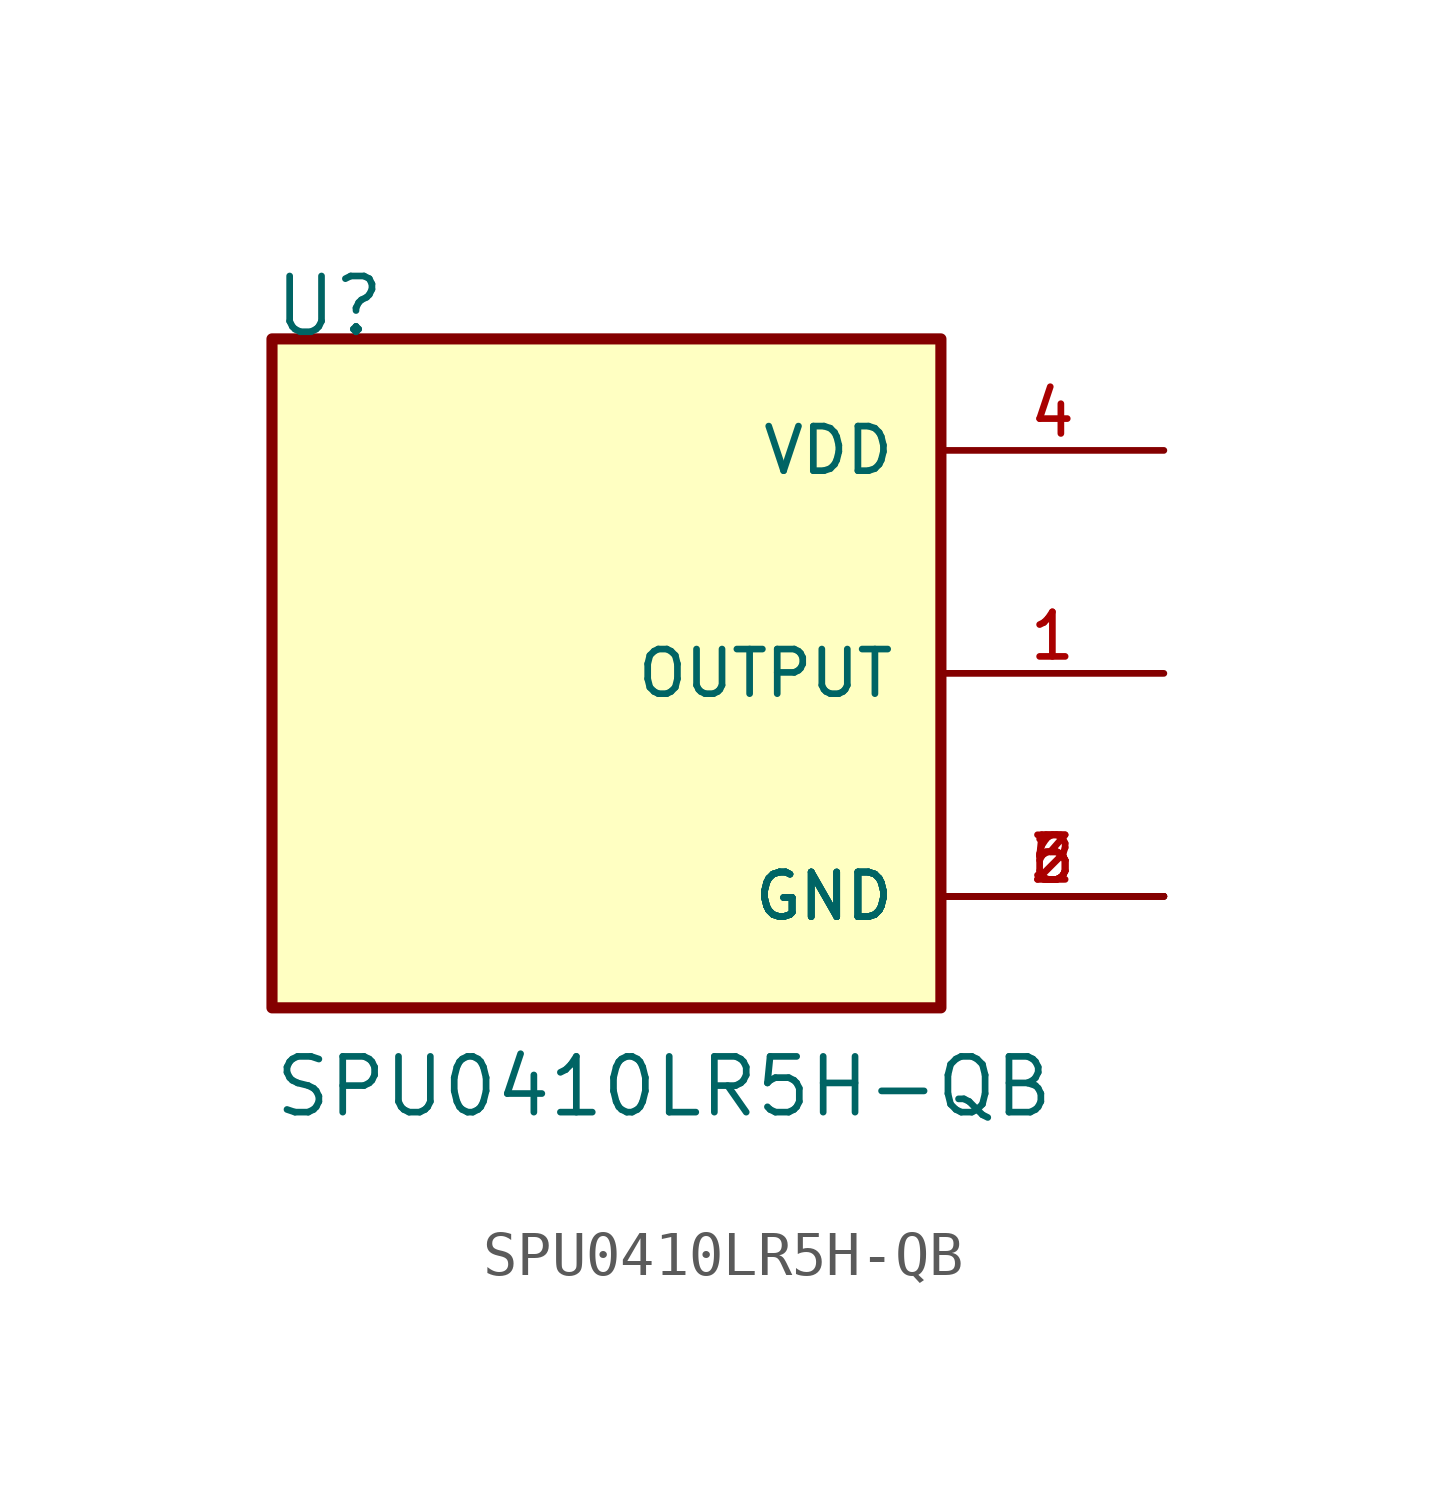
<source format=kicad_sym>
(kicad_symbol_lib
  (version 20211014)
  (generator kicad_symbol_editor)
  (symbol "SPU0410LR5H-QB"
    (pin_names
      (offset 1.016))
    (property "Reference" "U"
      (at -7.62 7.62 0)
      (effects (font (size 1.27 1.27)) (justify bottom left)))
    (property "Value" "SPU0410LR5H-QB"
      (at -7.62 -10.16 0)
      (effects (font (size 1.27 1.27)) (justify bottom left)))
    (symbol "SPU0410LR5H-QB_0_0"
      (rectangle (start -7.62 -7.62) (end 7.62 7.62) (stroke (width 0.254)) (fill (type background)))
      (pin output line (at 12.7 0.0 180.0) (length 5.08) (name "OUTPUT" (effects (font (size 1.016 1.016)))) (number "1" (effects (font (size 1.016 1.016)))))
      (pin power_in line (at 12.7 5.08 180.0) (length 5.08) (name "VDD" (effects (font (size 1.016 1.016)))) (number "4" (effects (font (size 1.016 1.016)))))
      (pin power_in line (at 12.7 -5.08 180.0) (length 5.08) (name "GND" (effects (font (size 1.016 1.016)))) (number "2" (effects (font (size 1.016 1.016)))))
      (pin power_in line (at 12.7 -5.08 180.0) (length 5.08) (name "GND" (effects (font (size 1.016 1.016)))) (number "3" (effects (font (size 1.016 1.016)))))
      (pin power_in line (at 12.7 -5.08 180.0) (length 5.08) (name "GND" (effects (font (size 1.016 1.016)))) (number "5" (effects (font (size 1.016 1.016)))))
      (pin power_in line (at 12.7 -5.08 180.0) (length 5.08) (name "GND" (effects (font (size 1.016 1.016)))) (number "6" (effects (font (size 1.016 1.016))))))))
</source>
